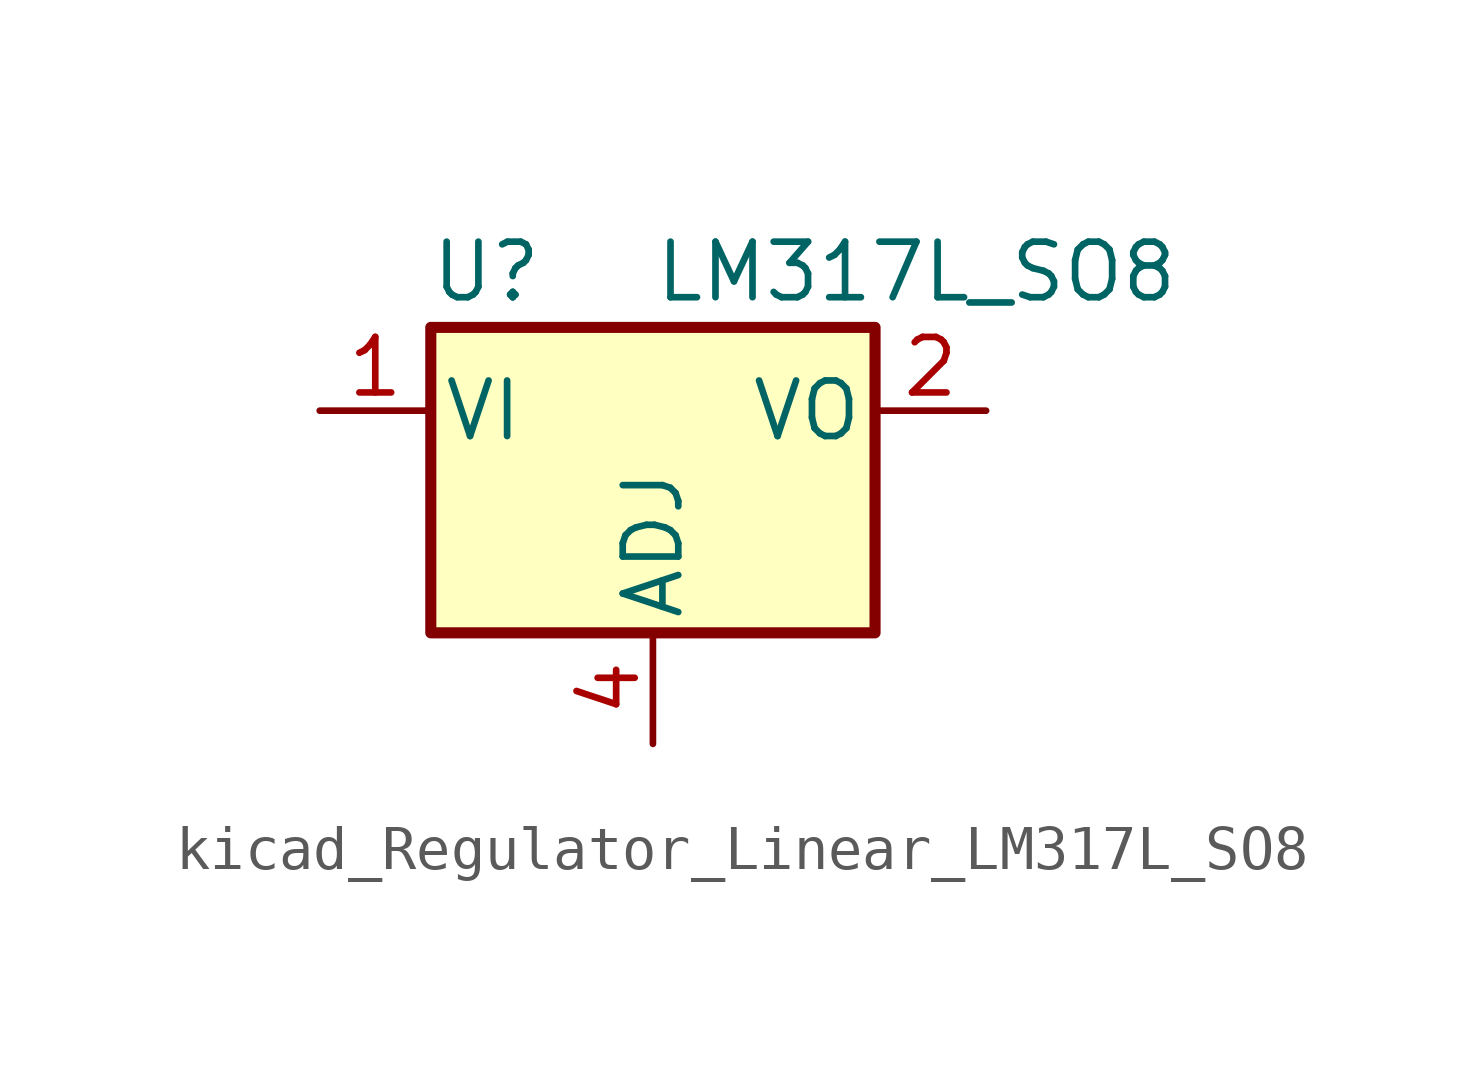
<source format=kicad_sym>
(kicad_symbol_lib
  (version 20220914)
  (generator kicad_symbol_editor)
  (symbol "kicad_Regulator_Linear_LM317L_SO8"
    (pin_names
      (offset 0.254))
    (property "Reference" "U"
      (at -3.81 3.175 0)
      (effects (font (size 1.27 1.27))))
    (property "Value" "LM317L_SO8"
      (at 0 3.175 0)
      (effects (font (size 1.27 1.27)) (justify left)))
    (symbol "kicad_Regulator_Linear_LM317L_SO8_0_1"
      (rectangle (start -5.08 1.905) (end 5.08 -5.08) (stroke (width 0.254) (type default)) (fill (type background))))
    (symbol "kicad_Regulator_Linear_LM317L_SO8_1_1"
      (pin power_in line (at -7.62 0 0) (length 2.54) (name "VI" (effects (font (size 1.27 1.27)))) (number "1" (effects (font (size 1.27 1.27)))))
      (pin power_out line (at 7.62 0 180) (length 2.54) (name "VO" (effects (font (size 1.27 1.27)))) (number "2" (effects (font (size 1.27 1.27)))))
      (pin passive line (at 7.62 0 180) (length 2.54) hide (name "VO" (effects (font (size 1.27 1.27)))) (number "3" (effects (font (size 1.27 1.27)))))
      (pin input line (at 0 -7.62 90) (length 2.54) (name "ADJ" (effects (font (size 1.27 1.27)))) (number "4" (effects (font (size 1.27 1.27)))))
      (pin no_connect line (at -5.08 -2.54 0) (length 2.54) hide (name "NC" (effects (font (size 1.27 1.27)))) (number "5" (effects (font (size 1.27 1.27)))))
      (pin passive line (at 7.62 0 180) (length 2.54) hide (name "VO" (effects (font (size 1.27 1.27)))) (number "6" (effects (font (size 1.27 1.27)))))
      (pin passive line (at 7.62 0 180) (length 2.54) hide (name "VO" (effects (font (size 1.27 1.27)))) (number "7" (effects (font (size 1.27 1.27)))))
      (pin no_connect line (at 5.08 -2.54 180) (length 2.54) hide (name "NC" (effects (font (size 1.27 1.27)))) (number "8" (effects (font (size 1.27 1.27))))))))
</source>
